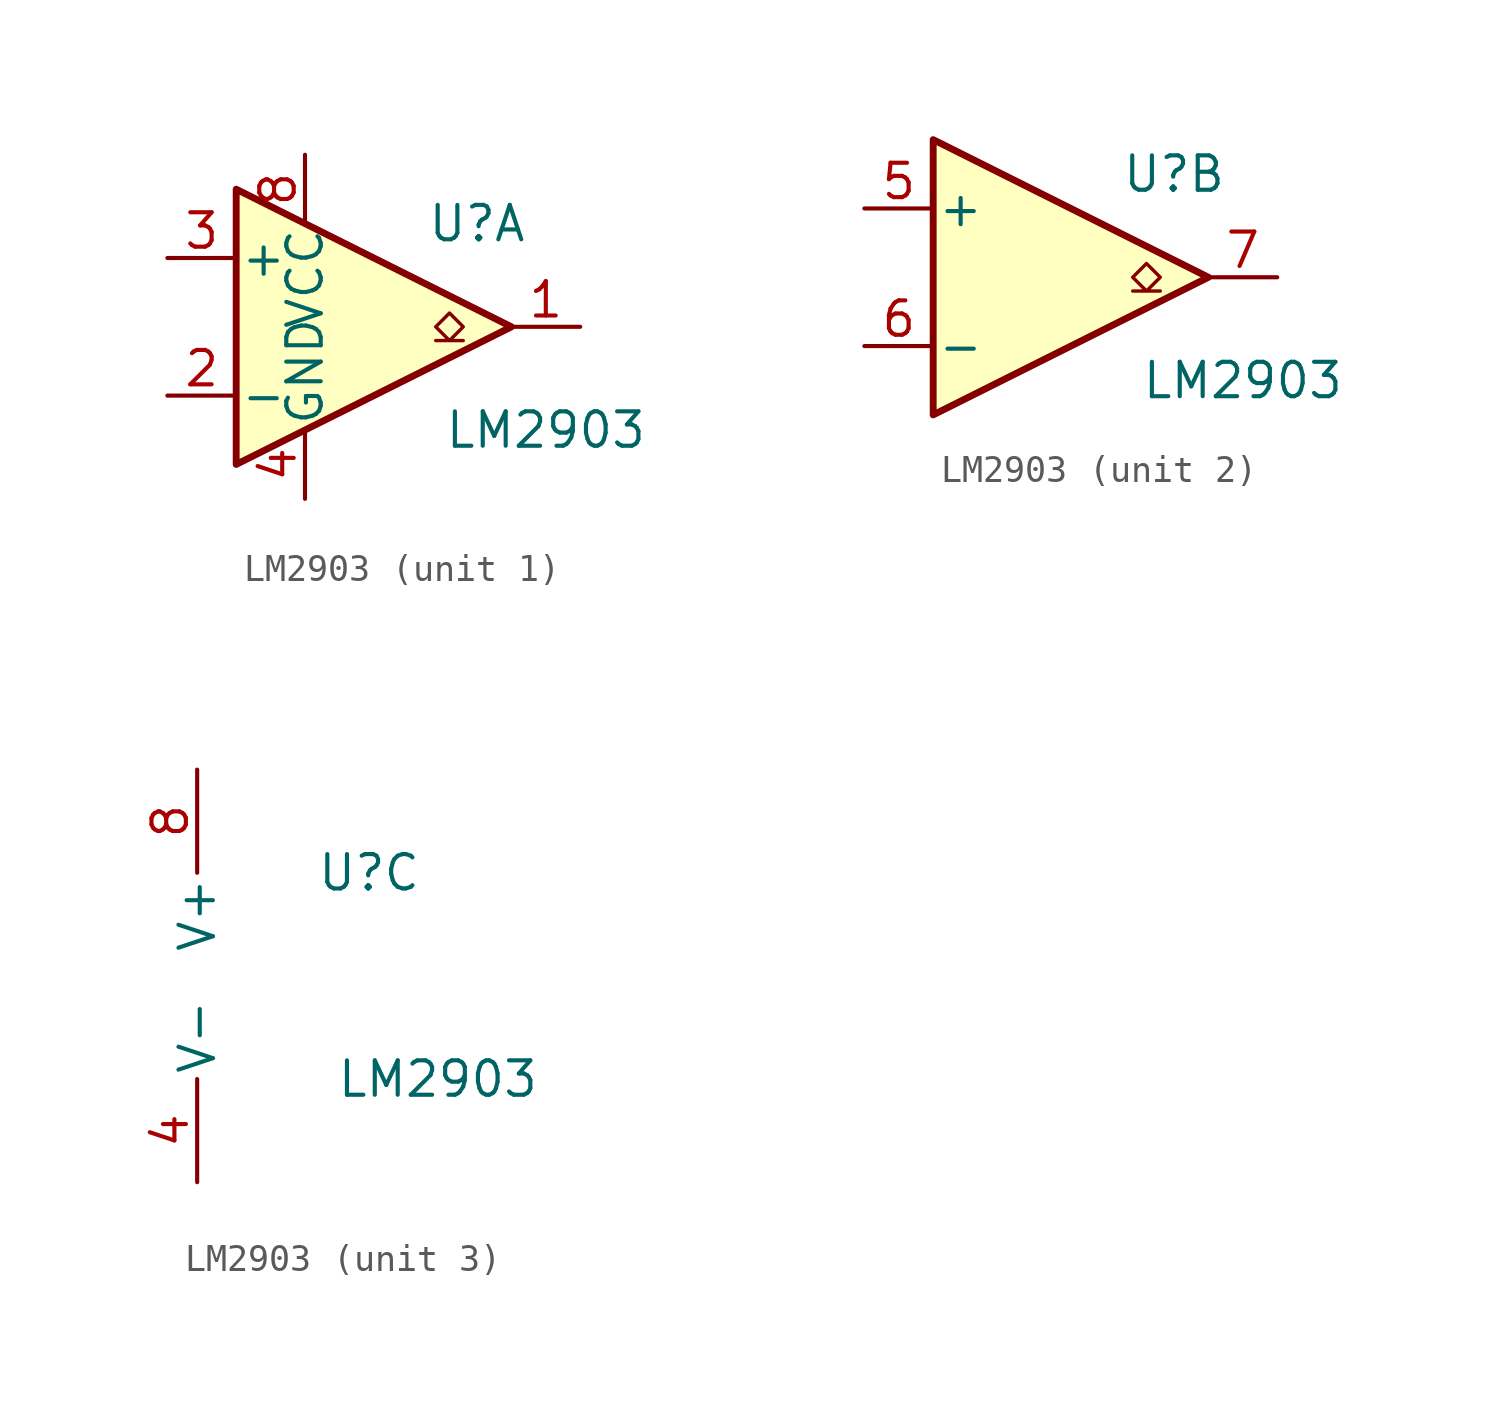
<source format=kicad_sym>
(kicad_symbol_lib
  (version 20241209)
  (generator "kicad_symbol_editor")
  (generator_version "9.0")
  (symbol "LM2903"
    (pin_names
      (offset 0.127))
    (property "Reference" "U"
      (at 3.81 3.81 0)
      (effects (font (size 1.27 1.27))))
    (property "Value" "LM2903"
      (at 6.35 -3.81 0)
      (effects (font (size 1.27 1.27))))
    (property "ki_locked" ""
      (at 0 0 0)
      (effects (font (size 1.27 1.27))))
    (symbol "LM2903_1_1"
      (polyline (pts (xy -5.08 5.08) (xy 5.08 0) (xy -5.08 -5.08) (xy -5.08 5.08)) (stroke (width 0.254) (type default)) (fill (type background)))
      (polyline (pts (xy 3.302 -0.508) (xy 2.794 -0.508) (xy 3.302 0) (xy 2.794 0.508) (xy 2.286 0) (xy 2.794 -0.508) (xy 2.286 -0.508)) (stroke (width 0.127) (type default)) (fill (type none)))
      (pin input line (at -7.62 2.54 0) (length 2.54) (name "+" (effects (font (size 1.27 1.27)))) (number "3" (effects (font (size 1.27 1.27)))))
      (pin input line (at -7.62 -2.54 0) (length 2.54) (name "-" (effects (font (size 1.27 1.27)))) (number "2" (effects (font (size 1.27 1.27)))))
      (pin input line (at -2.54 6.35 270) (length 2.54) (name "VCC" (effects (font (size 1.27 1.27)))) (number "8" (effects (font (size 1.27 1.27)))))
      (pin input line (at -2.54 -6.35 90) (length 2.54) (name "GND" (effects (font (size 1.27 1.27)))) (number "4" (effects (font (size 1.27 1.27)))))
      (pin open_collector line (at 7.62 0 180) (length 2.54) (name "~" (effects (font (size 1.27 1.27)))) (number "1" (effects (font (size 1.27 1.27))))))
    (symbol "LM2903_2_1"
      (polyline (pts (xy -5.08 5.08) (xy 5.08 0) (xy -5.08 -5.08) (xy -5.08 5.08)) (stroke (width 0.254) (type default)) (fill (type background)))
      (polyline (pts (xy 3.302 -0.508) (xy 2.794 -0.508) (xy 3.302 0) (xy 2.794 0.508) (xy 2.286 0) (xy 2.794 -0.508) (xy 2.286 -0.508)) (stroke (width 0.127) (type default)) (fill (type none)))
      (pin input line (at -7.62 2.54 0) (length 2.54) (name "+" (effects (font (size 1.27 1.27)))) (number "5" (effects (font (size 1.27 1.27)))))
      (pin input line (at -7.62 -2.54 0) (length 2.54) (name "-" (effects (font (size 1.27 1.27)))) (number "6" (effects (font (size 1.27 1.27)))))
      (pin open_collector line (at 7.62 0 180) (length 2.54) (name "~" (effects (font (size 1.27 1.27)))) (number "7" (effects (font (size 1.27 1.27))))))
    (symbol "LM2903_3_1"
      (pin power_in line (at -2.54 7.62 270) (length 3.81) (name "V+" (effects (font (size 1.27 1.27)))) (number "8" (effects (font (size 1.27 1.27)))))
      (pin power_in line (at -2.54 -7.62 90) (length 3.81) (name "V-" (effects (font (size 1.27 1.27)))) (number "4" (effects (font (size 1.27 1.27))))))))
</source>
